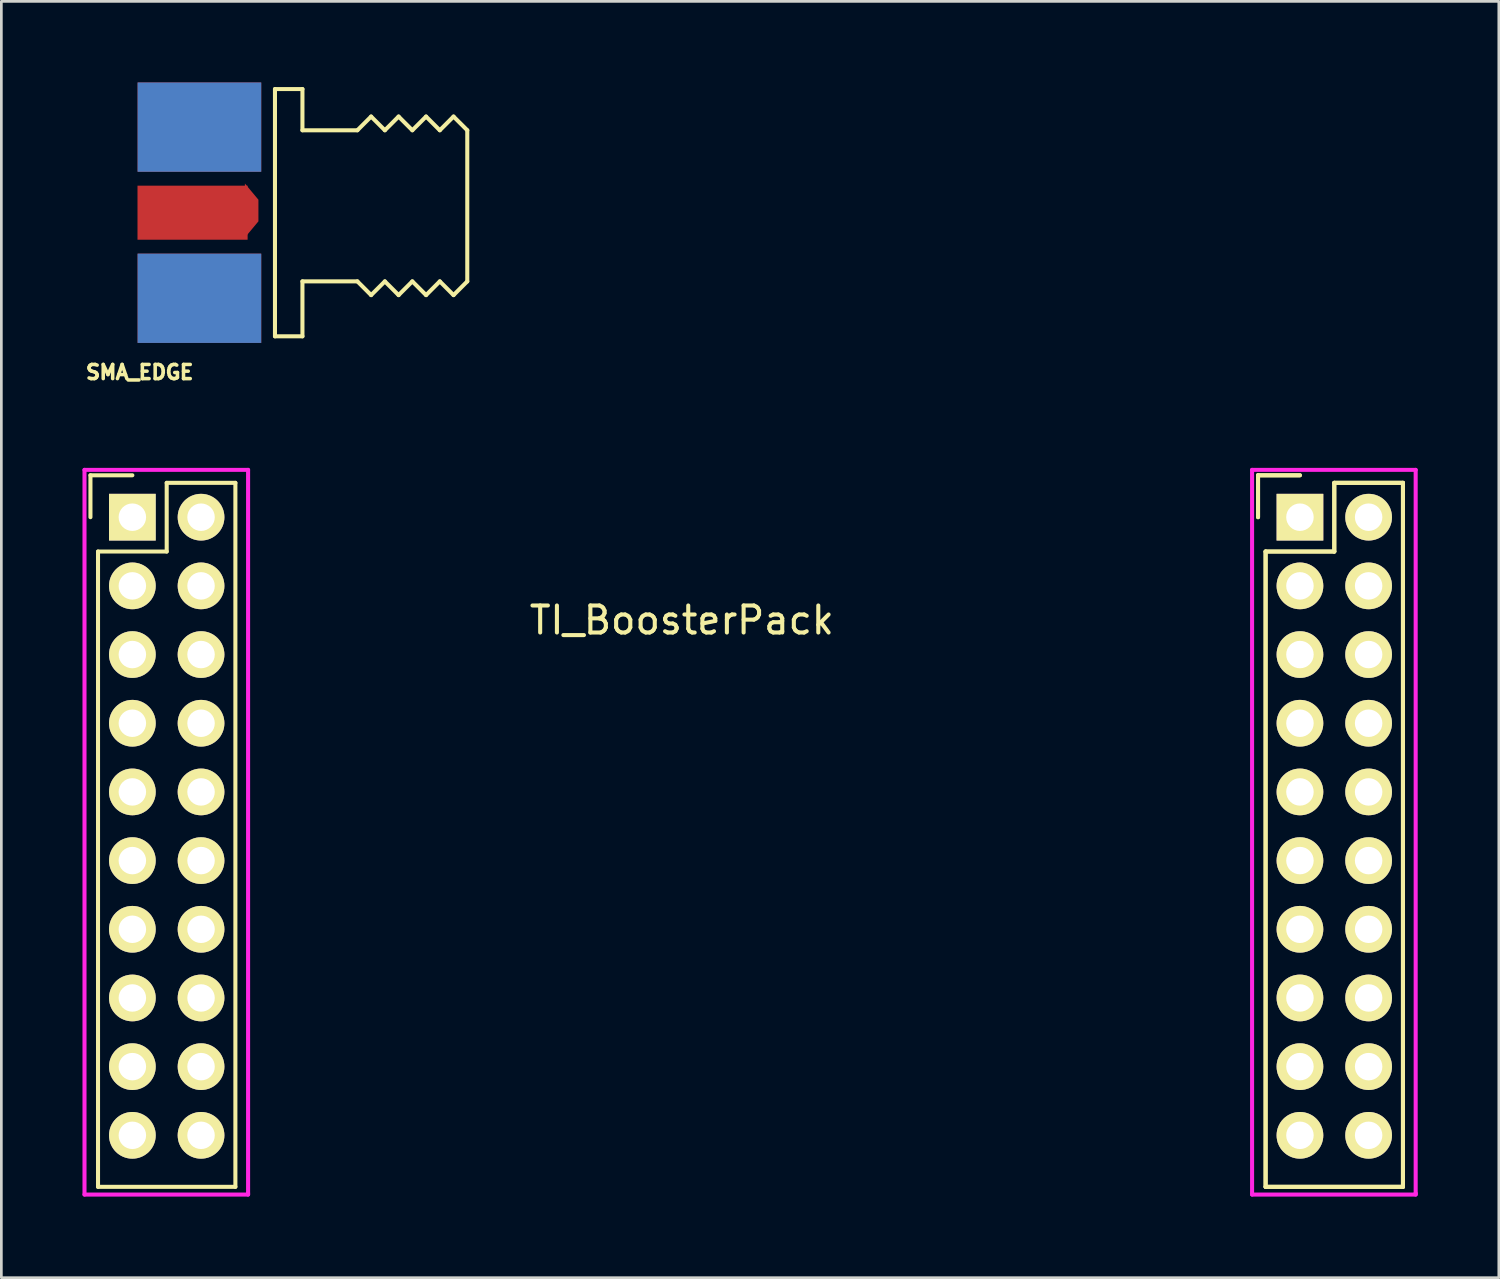
<source format=kicad_pcb>
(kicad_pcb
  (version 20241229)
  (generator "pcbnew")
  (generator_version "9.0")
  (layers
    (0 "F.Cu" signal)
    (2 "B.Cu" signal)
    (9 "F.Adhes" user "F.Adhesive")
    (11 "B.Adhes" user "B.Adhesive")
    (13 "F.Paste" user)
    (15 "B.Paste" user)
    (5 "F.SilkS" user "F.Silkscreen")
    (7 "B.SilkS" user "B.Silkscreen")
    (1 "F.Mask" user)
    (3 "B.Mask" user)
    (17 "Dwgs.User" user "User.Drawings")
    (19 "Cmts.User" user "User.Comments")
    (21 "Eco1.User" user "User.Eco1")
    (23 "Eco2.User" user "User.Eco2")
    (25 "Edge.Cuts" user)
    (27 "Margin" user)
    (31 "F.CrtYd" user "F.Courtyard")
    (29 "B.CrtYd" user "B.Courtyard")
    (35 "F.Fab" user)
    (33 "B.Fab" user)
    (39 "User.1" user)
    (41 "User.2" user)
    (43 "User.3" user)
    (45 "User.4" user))
  (footprint "TI_BoosterPack"
    (layer "F.Cu")
    (at 25.975 16.077)
    (property "Reference" "TI_BoosterPack" (at -3.81 3.81 0) (layer "F.SilkS") (effects (font (size 1 1) (thickness 0.15))))
    (attr through_hole)
    (fp_line (start -25.68 -1.55) (end -25.68 0) (stroke (width 0.15) (type solid)) (layer "F.SilkS"))
    (fp_line (start -25.4 24.765) (end -25.4 1.27) (stroke (width 0.15) (type solid)) (layer "F.SilkS"))
    (fp_line (start -24.13 -1.55) (end -25.68 -1.55) (stroke (width 0.15) (type solid)) (layer "F.SilkS"))
    (fp_line (start -22.86 -1.27) (end -22.86 1.27) (stroke (width 0.15) (type solid)) (layer "F.SilkS"))
    (fp_line (start -22.86 1.27) (end -25.4 1.27) (stroke (width 0.15) (type solid)) (layer "F.SilkS"))
    (fp_line (start -20.32 -1.27) (end -22.86 -1.27) (stroke (width 0.15) (type solid)) (layer "F.SilkS"))
    (fp_line (start -20.32 -1.27) (end -20.32 24.765) (stroke (width 0.15) (type solid)) (layer "F.SilkS"))
    (fp_line (start -20.32 24.765) (end -25.4 24.765) (stroke (width 0.15) (type solid)) (layer "F.SilkS"))
    (fp_line (start 17.5 -1.55) (end 17.5 0) (stroke (width 0.15) (type solid)) (layer "F.SilkS"))
    (fp_line (start 17.5 -1.55) (end 17.5 0) (stroke (width 0.15) (type solid)) (layer "F.SilkS"))
    (fp_line (start 17.78 24.765) (end 17.78 1.27) (stroke (width 0.15) (type solid)) (layer "F.SilkS"))
    (fp_line (start 17.78 24.765) (end 17.78 1.27) (stroke (width 0.15) (type solid)) (layer "F.SilkS"))
    (fp_line (start 19.05 -1.55) (end 17.5 -1.55) (stroke (width 0.15) (type solid)) (layer "F.SilkS"))
    (fp_line (start 19.05 -1.55) (end 17.5 -1.55) (stroke (width 0.15) (type solid)) (layer "F.SilkS"))
    (fp_line (start 20.32 -1.27) (end 20.32 1.27) (stroke (width 0.15) (type solid)) (layer "F.SilkS"))
    (fp_line (start 20.32 -1.27) (end 20.32 1.27) (stroke (width 0.15) (type solid)) (layer "F.SilkS"))
    (fp_line (start 20.32 1.27) (end 17.78 1.27) (stroke (width 0.15) (type solid)) (layer "F.SilkS"))
    (fp_line (start 20.32 1.27) (end 17.78 1.27) (stroke (width 0.15) (type solid)) (layer "F.SilkS"))
    (fp_line (start 22.86 -1.27) (end 20.32 -1.27) (stroke (width 0.15) (type solid)) (layer "F.SilkS"))
    (fp_line (start 22.86 -1.27) (end 20.32 -1.27) (stroke (width 0.15) (type solid)) (layer "F.SilkS"))
    (fp_line (start 22.86 -1.27) (end 22.86 24.765) (stroke (width 0.15) (type solid)) (layer "F.SilkS"))
    (fp_line (start 22.86 -1.27) (end 22.86 24.765) (stroke (width 0.15) (type solid)) (layer "F.SilkS"))
    (fp_line (start 22.86 24.765) (end 17.78 24.765) (stroke (width 0.15) (type solid)) (layer "F.SilkS"))
    (fp_line (start 22.86 24.765) (end 17.78 24.765) (stroke (width 0.15) (type solid)) (layer "F.SilkS"))
    (fp_line (start -25.9 -1.75) (end -25.9 25.05) (stroke (width 0.15) (type solid)) (layer "F.CrtYd"))
    (fp_line (start -25.9 -1.75) (end -19.85 -1.75) (stroke (width 0.15) (type solid)) (layer "F.CrtYd"))
    (fp_line (start -25.88 -1.75) (end -19.83 -1.75) (stroke (width 0.05) (type solid)) (layer "F.CrtYd"))
    (fp_line (start -19.85 -1.75) (end -19.85 25) (stroke (width 0.15) (type solid)) (layer "F.CrtYd"))
    (fp_line (start -19.85 25) (end -19.85 25.05) (stroke (width 0.15) (type solid)) (layer "F.CrtYd"))
    (fp_line (start -19.85 25.05) (end -25.9 25.05) (stroke (width 0.15) (type solid)) (layer "F.CrtYd"))
    (fp_line (start 17.28 -1.75) (end 17.28 25.05) (stroke (width 0.15) (type solid)) (layer "F.CrtYd"))
    (fp_line (start 17.28 -1.75) (end 23.33 -1.75) (stroke (width 0.15) (type solid)) (layer "F.CrtYd"))
    (fp_line (start 17.3 -1.75) (end 23.35 -1.75) (stroke (width 0.05) (type solid)) (layer "F.CrtYd"))
    (fp_line (start 17.3 -1.75) (end 23.35 -1.75) (stroke (width 0.05) (type solid)) (layer "F.CrtYd"))
    (fp_line (start 23.33 -1.75) (end 23.33 25) (stroke (width 0.15) (type solid)) (layer "F.CrtYd"))
    (fp_line (start 23.33 25) (end 23.33 25.05) (stroke (width 0.15) (type solid)) (layer "F.CrtYd"))
    (fp_line (start 23.33 25.05) (end 17.28 25.05) (stroke (width 0.15) (type solid)) (layer "F.CrtYd"))
    (pad "3.3V" thru_hole rect (at -24.13 0) (size 1.727 1.727) (drill 1.016) (layers "*.Cu" "*.Mask" "F.SilkS"))
    (pad "5V" thru_hole oval (at -21.59 0) (size 1.727 1.727) (drill 1.016) (layers "*.Cu" "*.Mask" "F.SilkS"))
    (pad "GND" thru_hole oval (at 21.59 0) (size 1.727 1.727) (drill 1.016) (layers "*.Cu" "*.Mask" "F.SilkS"))
    (pad "GND1" thru_hole oval (at -21.59 2.54) (size 1.727 1.727) (drill 1.016) (layers "*.Cu" "*.Mask" "F.SilkS"))
    (pad "P1.5" thru_hole oval (at -24.13 15.24) (size 1.727 1.727) (drill 1.016) (layers "*.Cu" "*.Mask" "F.SilkS"))
    (pad "P1.6" thru_hole oval (at 21.59 12.7) (size 1.727 1.727) (drill 1.016) (layers "*.Cu" "*.Mask" "F.SilkS"))
    (pad "P1.7" thru_hole oval (at 21.59 15.24) (size 1.727 1.727) (drill 1.016) (layers "*.Cu" "*.Mask" "F.SilkS"))
    (pad "P2.3" thru_hole oval (at 19.05 15.24) (size 1.727 1.727) (drill 1.016) (layers "*.Cu" "*.Mask" "F.SilkS"))
    (pad "P2.4" thru_hole oval (at 19.05 5.08) (size 1.727 1.727) (drill 1.016) (layers "*.Cu" "*.Mask" "F.SilkS"))
    (pad "P2.5" thru_hole oval (at 21.59 2.54) (size 1.727 1.727) (drill 1.016) (layers "*.Cu" "*.Mask" "F.SilkS"))
    (pad "P2.6" thru_hole oval (at 19.05 2.54) (size 1.727 1.727) (drill 1.016) (layers "*.Cu" "*.Mask" "F.SilkS"))
    (pad "P2.7" thru_hole rect (at 19.05 0) (size 1.727 1.727) (drill 1.016) (layers "*.Cu" "*.Mask" "F.SilkS"))
    (pad "P3.0" thru_hole oval (at 21.59 5.08) (size 1.727 1.727) (drill 1.016) (layers "*.Cu" "*.Mask" "F.SilkS"))
    (pad "P3.2" thru_hole oval (at -24.13 5.08) (size 1.727 1.727) (drill 1.016) (layers "*.Cu" "*.Mask" "F.SilkS"))
    (pad "P3.3" thru_hole oval (at -24.13 7.62) (size 1.727 1.727) (drill 1.016) (layers "*.Cu" "*.Mask" "F.SilkS"))
    (pad "P3.5" thru_hole oval (at 19.05 20.32) (size 1.727 1.727) (drill 1.016) (layers "*.Cu" "*.Mask" "F.SilkS"))
    (pad "P3.6" thru_hole oval (at 21.59 22.86) (size 1.727 1.727) (drill 1.016) (layers "*.Cu" "*.Mask" "F.SilkS"))
    (pad "P3.7" thru_hole oval (at 19.05 22.86) (size 1.727 1.727) (drill 1.016) (layers "*.Cu" "*.Mask" "F.SilkS"))
    (pad "P4.0" thru_hole oval (at -21.59 7.62) (size 1.727 1.727) (drill 1.016) (layers "*.Cu" "*.Mask" "F.SilkS"))
    (pad "P4.1" thru_hole oval (at -24.13 10.16) (size 1.727 1.727) (drill 1.016) (layers "*.Cu" "*.Mask" "F.SilkS"))
    (pad "P4.2" thru_hole oval (at -21.59 10.16) (size 1.727 1.727) (drill 1.016) (layers "*.Cu" "*.Mask" "F.SilkS"))
    (pad "P4.3" thru_hole oval (at -24.13 12.7) (size 1.727 1.727) (drill 1.016) (layers "*.Cu" "*.Mask" "F.SilkS"))
    (pad "P4.4" thru_hole oval (at -21.59 12.7) (size 1.727 1.727) (drill 1.016) (layers "*.Cu" "*.Mask" "F.SilkS"))
    (pad "P4.5" thru_hole oval (at -21.59 15.24) (size 1.727 1.727) (drill 1.016) (layers "*.Cu" "*.Mask" "F.SilkS"))
    (pad "P4.6" thru_hole oval (at -24.13 17.78) (size 1.727 1.727) (drill 1.016) (layers "*.Cu" "*.Mask" "F.SilkS"))
    (pad "P4.7" thru_hole oval (at -21.59 17.78) (size 1.727 1.727) (drill 1.016) (layers "*.Cu" "*.Mask" "F.SilkS"))
    (pad "P5.0" thru_hole oval (at 21.59 17.78) (size 1.727 1.727) (drill 1.016) (layers "*.Cu" "*.Mask" "F.SilkS"))
    (pad "P5.1" thru_hole oval (at 19.05 17.78) (size 1.727 1.727) (drill 1.016) (layers "*.Cu" "*.Mask" "F.SilkS"))
    (pad "P5.2" thru_hole oval (at 21.59 20.32) (size 1.727 1.727) (drill 1.016) (layers "*.Cu" "*.Mask" "F.SilkS"))
    (pad "P5.4" thru_hole oval (at -21.59 20.32) (size 1.727 1.727) (drill 1.016) (layers "*.Cu" "*.Mask" "F.SilkS"))
    (pad "P5.5" thru_hole oval (at -21.59 22.86) (size 1.727 1.727) (drill 1.016) (layers "*.Cu" "*.Mask" "F.SilkS"))
    (pad "P5.6" thru_hole oval (at 19.05 7.62) (size 1.727 1.727) (drill 1.016) (layers "*.Cu" "*.Mask" "F.SilkS"))
    (pad "P5.7" thru_hole oval (at 21.59 7.62) (size 1.727 1.727) (drill 1.016) (layers "*.Cu" "*.Mask" "F.SilkS"))
    (pad "P6.0" thru_hole oval (at -24.13 2.54) (size 1.727 1.727) (drill 1.016) (layers "*.Cu" "*.Mask" "F.SilkS"))
    (pad "P6.1" thru_hole oval (at -21.59 5.08) (size 1.727 1.727) (drill 1.016) (layers "*.Cu" "*.Mask" "F.SilkS"))
    (pad "P6.4" thru_hole oval (at -24.13 22.86) (size 1.727 1.727) (drill 1.016) (layers "*.Cu" "*.Mask" "F.SilkS"))
    (pad "P6.5" thru_hole oval (at -24.13 20.32) (size 1.727 1.727) (drill 1.016) (layers "*.Cu" "*.Mask" "F.SilkS"))
    (pad "P6.6" thru_hole oval (at 19.05 10.16) (size 1.727 1.727) (drill 1.016) (layers "*.Cu" "*.Mask" "F.SilkS"))
    (pad "P6.7" thru_hole oval (at 19.05 12.7) (size 1.727 1.727) (drill 1.016) (layers "*.Cu" "*.Mask" "F.SilkS"))
    (pad "RST" thru_hole oval (at 21.59 10.16) (size 1.727 1.727) (drill 1.016) (layers "*.Cu" "*.Mask" "F.SilkS")))
  (footprint "SMA_EDGE"
    (layer "F.Cu")
    (at 13.215 4.816)
    (property "Reference" "SMA_EDGE" (at -11.1 5.9 0) (layer "F.SilkS") (effects (font (size 0.524 0.524) (thickness 0.131))))
    (attr through_hole)
    (fp_line (start -6.096 -4.572) (end -5.08 -4.572) (stroke (width 0.15) (type solid)) (layer "F.SilkS"))
    (fp_line (start -6.096 4.572) (end -6.096 -4.572) (stroke (width 0.15) (type solid)) (layer "F.SilkS"))
    (fp_line (start -5.08 -4.572) (end -5.08 -3.048) (stroke (width 0.15) (type solid)) (layer "F.SilkS"))
    (fp_line (start -5.08 -3.048) (end -3.048 -3.048) (stroke (width 0.15) (type solid)) (layer "F.SilkS"))
    (fp_line (start -5.08 2.54) (end -5.08 4.572) (stroke (width 0.15) (type solid)) (layer "F.SilkS"))
    (fp_line (start -5.08 4.572) (end -6.096 4.572) (stroke (width 0.15) (type solid)) (layer "F.SilkS"))
    (fp_line (start -3.048 -3.048) (end -2.54 -3.556) (stroke (width 0.15) (type solid)) (layer "F.SilkS"))
    (fp_line (start -3.048 2.54) (end -5.08 2.54) (stroke (width 0.15) (type solid)) (layer "F.SilkS"))
    (fp_line (start -2.54 -3.556) (end -2.032 -3.048) (stroke (width 0.15) (type solid)) (layer "F.SilkS"))
    (fp_line (start -2.54 3.048) (end -3.048 2.54) (stroke (width 0.15) (type solid)) (layer "F.SilkS"))
    (fp_line (start -2.032 -3.048) (end -1.524 -3.556) (stroke (width 0.15) (type solid)) (layer "F.SilkS"))
    (fp_line (start -2.032 2.54) (end -2.54 3.048) (stroke (width 0.15) (type solid)) (layer "F.SilkS"))
    (fp_line (start -1.524 -3.556) (end -1.016 -3.048) (stroke (width 0.15) (type solid)) (layer "F.SilkS"))
    (fp_line (start -1.524 3.048) (end -2.032 2.54) (stroke (width 0.15) (type solid)) (layer "F.SilkS"))
    (fp_line (start -1.016 -3.048) (end -0.508 -3.556) (stroke (width 0.15) (type solid)) (layer "F.SilkS"))
    (fp_line (start -1.016 2.54) (end -1.524 3.048) (stroke (width 0.15) (type solid)) (layer "F.SilkS"))
    (fp_line (start -0.508 -3.556) (end 0 -3.048) (stroke (width 0.15) (type solid)) (layer "F.SilkS"))
    (fp_line (start -0.508 3.048) (end -1.016 2.54) (stroke (width 0.15) (type solid)) (layer "F.SilkS"))
    (fp_line (start 0 -3.048) (end 0.508 -3.556) (stroke (width 0.15) (type solid)) (layer "F.SilkS"))
    (fp_line (start 0 2.54) (end -0.508 3.048) (stroke (width 0.15) (type solid)) (layer "F.SilkS"))
    (fp_line (start 0.508 -3.556) (end 1.016 -3.048) (stroke (width 0.15) (type solid)) (layer "F.SilkS"))
    (fp_line (start 0.508 3.048) (end 0 2.54) (stroke (width 0.15) (type solid)) (layer "F.SilkS"))
    (fp_line (start 1.016 -3.048) (end 1.016 2.54) (stroke (width 0.15) (type solid)) (layer "F.SilkS"))
    (fp_line (start 1.016 2.54) (end 0.508 3.048) (stroke (width 0.15) (type solid)) (layer "F.SilkS"))
    (pad "1" connect rect (at -9.144 0) (size 4.072 1.999) (layers "F.Cu" "F.Mask"))
    (pad "1" connect trapezoid (at -6.958 -0.08) (size 0.5 1.4) (rect_delta 0.599 0) (layers "F.Cu" "F.Mask"))
    (pad "2" connect rect (at -8.89 -3.165) (size 4.572 3.302) (layers "F.Cu" "F.Mask"))
    (pad "2" connect rect (at -8.89 -3.165) (size 4.572 3.302) (layers "B.Cu" "B.Mask"))
    (pad "2" connect rect (at -8.89 3.165) (size 4.572 3.302) (layers "F.Cu" "F.Mask"))
    (pad "2" connect rect (at -8.89 3.165) (size 4.572 3.302) (layers "B.Cu" "B.Mask")))
  (gr_rect
    (start -3 -3)
    (end 52.38 44.202)
    (stroke (width 0.1) (type default))
    (fill no)
    (layer "Edge.Cuts")))
</source>
